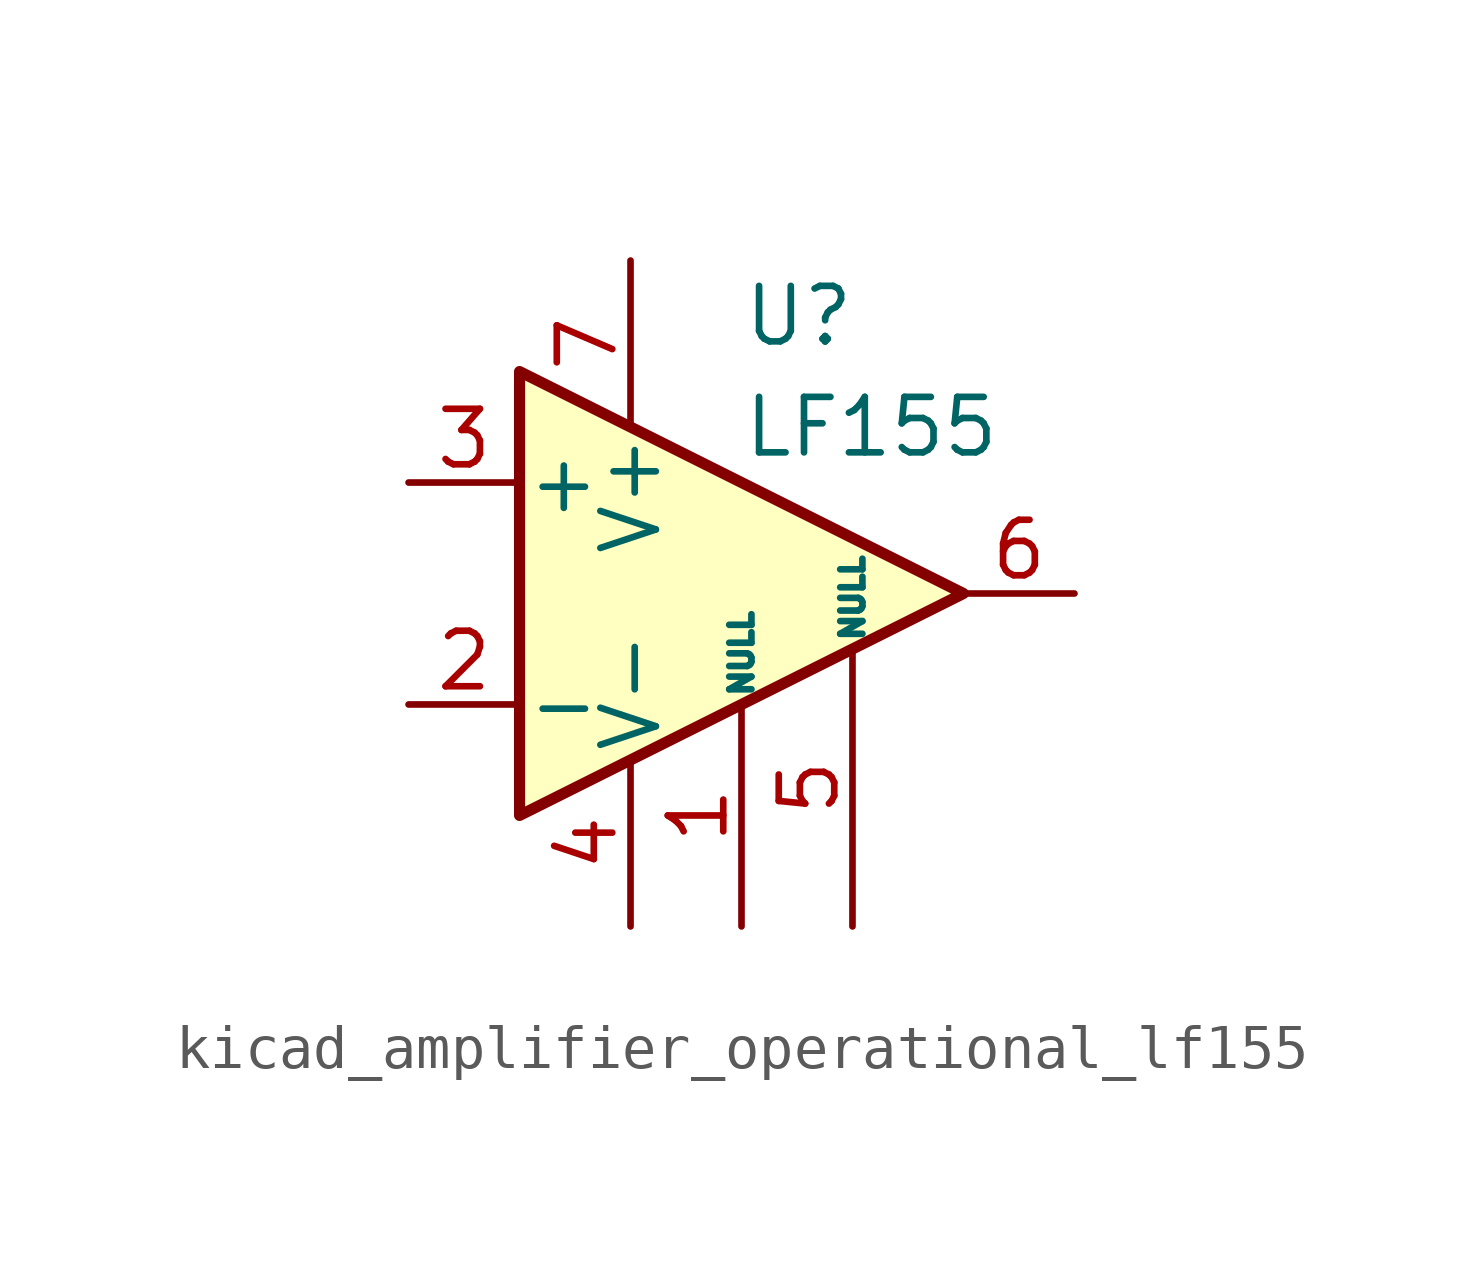
<source format=kicad_sym>
(kicad_symbol_lib
  (version 20220914)
  (generator kicad_symbol_editor)
  (symbol "kicad_amplifier_operational_lf155"
    (pin_names
      (offset 0.127))
    (property "Reference" "U"
      (at 0 6.35 0)
      (effects (font (size 1.27 1.27)) (justify left)))
    (property "Value" "LF155"
      (at 0 3.81 0)
      (effects (font (size 1.27 1.27)) (justify left)))
    (symbol "kicad_amplifier_operational_lf155_0_1"
      (polyline (pts (xy -5.08 5.08) (xy 5.08 0) (xy -5.08 -5.08) (xy -5.08 5.08)) (stroke (width 0.254) (type default)) (fill (type background))))
    (symbol "kicad_amplifier_operational_lf155_1_1"
      (pin input line (at 0 -7.62 90) (length 5.08) (name "NULL" (effects (font (size 0.508 0.508)))) (number "1" (effects (font (size 1.27 1.27)))))
      (pin input line (at -7.62 -2.54 0) (length 2.54) (name "-" (effects (font (size 1.27 1.27)))) (number "2" (effects (font (size 1.27 1.27)))))
      (pin input line (at -7.62 2.54 0) (length 2.54) (name "+" (effects (font (size 1.27 1.27)))) (number "3" (effects (font (size 1.27 1.27)))))
      (pin power_in line (at -2.54 -7.62 90) (length 3.81) (name "V-" (effects (font (size 1.27 1.27)))) (number "4" (effects (font (size 1.27 1.27)))))
      (pin input line (at 2.54 -7.62 90) (length 6.35) (name "NULL" (effects (font (size 0.508 0.508)))) (number "5" (effects (font (size 1.27 1.27)))))
      (pin output line (at 7.62 0 180) (length 2.54) (name "~" (effects (font (size 1.27 1.27)))) (number "6" (effects (font (size 1.27 1.27)))))
      (pin power_in line (at -2.54 7.62 270) (length 3.81) (name "V+" (effects (font (size 1.27 1.27)))) (number "7" (effects (font (size 1.27 1.27)))))
      (pin no_connect line (at 0 2.54 270) (length 2.54) hide (name "NC" (effects (font (size 1.27 1.27)))) (number "8" (effects (font (size 1.27 1.27))))))))
</source>
